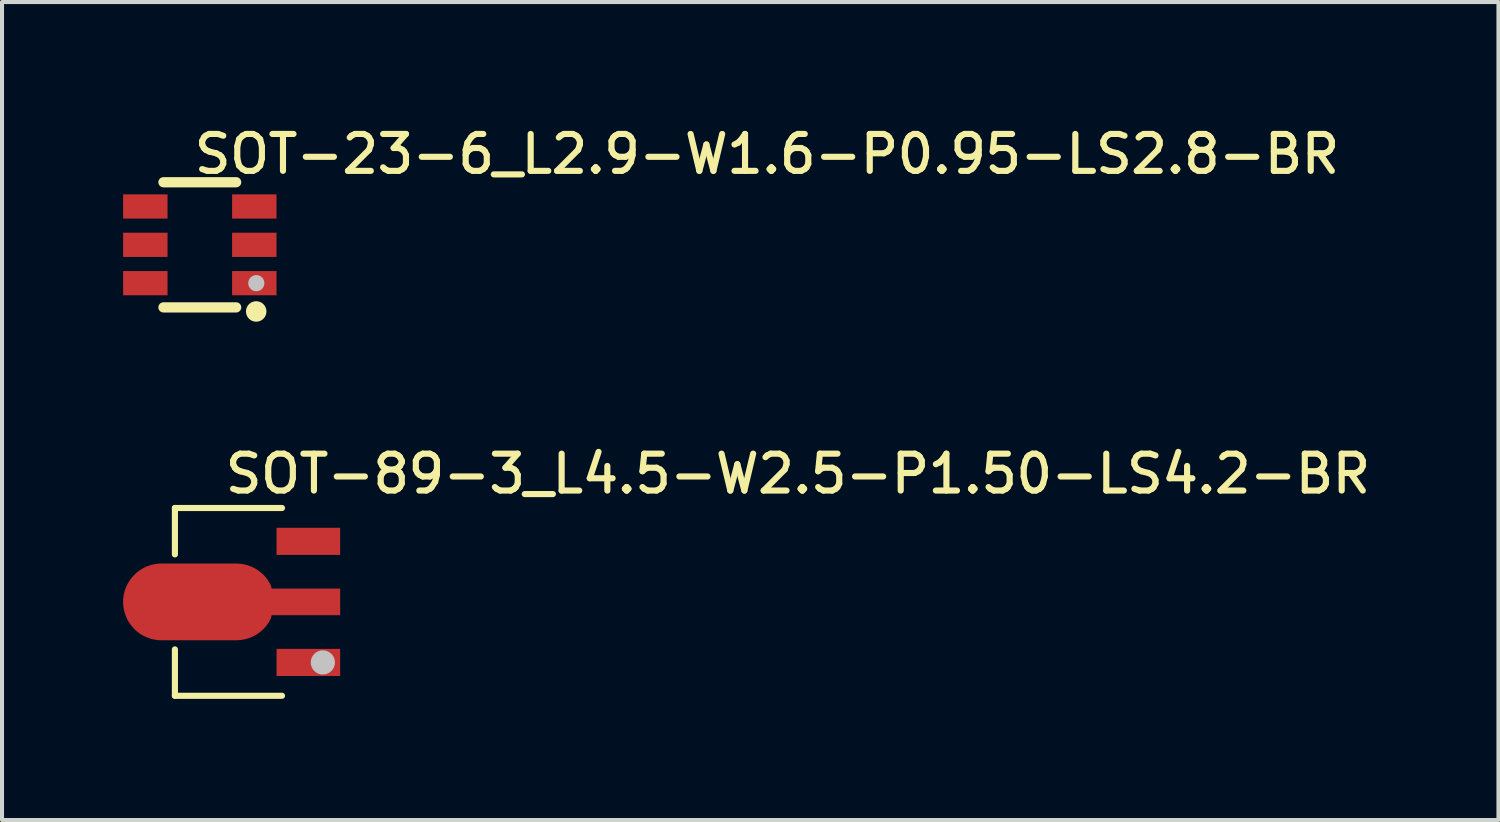
<source format=kicad_pcb>
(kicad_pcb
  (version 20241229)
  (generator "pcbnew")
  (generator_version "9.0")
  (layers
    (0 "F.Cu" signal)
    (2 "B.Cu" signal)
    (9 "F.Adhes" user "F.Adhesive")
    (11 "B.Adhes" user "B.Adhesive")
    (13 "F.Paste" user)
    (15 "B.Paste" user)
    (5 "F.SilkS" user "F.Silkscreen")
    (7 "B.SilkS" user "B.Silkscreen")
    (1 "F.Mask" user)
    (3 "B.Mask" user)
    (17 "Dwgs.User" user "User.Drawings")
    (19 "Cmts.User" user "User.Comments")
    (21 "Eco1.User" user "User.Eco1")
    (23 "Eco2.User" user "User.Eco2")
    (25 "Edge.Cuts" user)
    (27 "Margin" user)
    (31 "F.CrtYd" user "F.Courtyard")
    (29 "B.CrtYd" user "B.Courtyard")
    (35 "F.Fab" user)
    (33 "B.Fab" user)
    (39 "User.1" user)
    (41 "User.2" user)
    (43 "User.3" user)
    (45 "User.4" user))
  (footprint "SOT-23-6_L2.9-W1.6-P0.95-LS2.8-BR"
    (layer "F.Cu")
    (at 1.9 3.015)
    (property "Reference" "SOT-23-6_L2.9-W1.6-P0.95-LS2.8-BR" (at -0.216 -2.782 0) (layer "F.SilkS") (effects (font (size 0.914 0.914) (thickness 0.152)) (justify left top)))
    (fp_line (start -0.9 -1.55) (end 0.9 -1.55) (stroke (width 0.254) (type default)) (layer "F.SilkS"))
    (fp_line (start -0.9 1.55) (end 0.9 1.55) (stroke (width 0.254) (type default)) (layer "F.SilkS"))
    (fp_circle (center 1.397 1.651) (end 1.524 1.651) (stroke (width 0.254) (type default)) (fill no) (layer "F.SilkS"))
    (fp_circle (center 1.4 0.95) (end 1.5 0.95) (stroke (width 0.2) (type default)) (fill no) (layer "Dwgs.User"))
    (fp_circle (center 1.4 1.45) (end 1.43 1.45) (stroke (width 0.06) (type default)) (fill no) (layer "User.5"))
    (pad "1" smd rect (at 1.35 0.95) (size 1.1 0.6) (layers "F.Cu" "F.Mask" "F.Paste"))
    (pad "2" smd rect (at 1.35 0) (size 1.1 0.6) (layers "F.Cu" "F.Mask" "F.Paste"))
    (pad "3" smd rect (at 1.35 -0.95) (size 1.1 0.6) (layers "F.Cu" "F.Mask" "F.Paste"))
    (pad "4" smd rect (at -1.35 -0.95) (size 1.1 0.6) (layers "F.Cu" "F.Mask" "F.Paste"))
    (pad "5" smd rect (at -1.35 0) (size 1.1 0.6) (layers "F.Cu" "F.Mask" "F.Paste"))
    (pad "6" smd rect (at -1.35 0.95) (size 1.1 0.6) (layers "F.Cu" "F.Mask" "F.Paste"))
    (zone (net_name "") (layer "User.3") (hatch edge 0.5) (priority 100) (connect_pads yes) (min_thickness 0) (filled_areas_thickness no) (fill yes) (polygon (pts (xy 1.1 4.465) (xy 1.1 1.565) (xy 2.7 1.565) (xy 2.7 4.465))) (filled_polygon (layer "User.3") (island) (pts (xy 1.1 4.465) (xy 1.1 1.565) (xy 2.7 1.565) (xy 2.7 4.465))))
    (zone (net_name "") (layer "User.4") (hatch edge 0.5) (priority 100) (connect_pads) (min_thickness 0) (filled_areas_thickness no) (keepout (tracks allowed) (vias allowed) (pads allowed) (copperpour not_allowed) (footprints allowed)) (placement (enabled no)) (fill) (polygon (pts (xy 0.965 2.28) (xy 0.965 1.85) (xy 1.11 1.85) (xy 1.11 2.28))))
    (zone (net_name "") (layer "User.4") (hatch edge 0.5) (priority 100) (connect_pads) (min_thickness 0) (filled_areas_thickness no) (keepout (tracks allowed) (vias allowed) (pads allowed) (copperpour not_allowed) (footprints allowed)) (placement (enabled no)) (fill) (polygon (pts (xy 0.965 3.23) (xy 0.965 2.8) (xy 1.11 2.8) (xy 1.11 3.23))))
    (zone (net_name "") (layer "User.4") (hatch edge 0.5) (priority 100) (connect_pads) (min_thickness 0) (filled_areas_thickness no) (keepout (tracks allowed) (vias allowed) (pads allowed) (copperpour not_allowed) (footprints allowed)) (placement (enabled no)) (fill) (polygon (pts (xy 0.965 4.18) (xy 0.965 3.75) (xy 1.11 3.75) (xy 1.11 4.18))))
    (zone (net_name "") (layer "User.4") (hatch edge 0.5) (priority 100) (connect_pads yes) (min_thickness 0) (filled_areas_thickness no) (fill yes) (polygon (pts (xy 0.975 2.28) (xy 0.975 1.85) (xy 0.5 1.85) (xy 0.5 2.28))) (filled_polygon (layer "User.4") (island) (pts (xy 0.975 2.28) (xy 0.975 1.85) (xy 0.5 1.85) (xy 0.5 2.28))))
    (zone (net_name "") (layer "User.4") (hatch edge 0.5) (priority 100) (connect_pads yes) (min_thickness 0) (filled_areas_thickness no) (fill yes) (polygon (pts (xy 0.975 3.23) (xy 0.975 2.8) (xy 0.5 2.8) (xy 0.5 3.23))) (filled_polygon (layer "User.4") (island) (pts (xy 0.975 3.23) (xy 0.975 2.8) (xy 0.5 2.8) (xy 0.5 3.23))))
    (zone (net_name "") (layer "User.4") (hatch edge 0.5) (priority 100) (connect_pads yes) (min_thickness 0) (filled_areas_thickness no) (fill yes) (polygon (pts (xy 0.975 4.18) (xy 0.975 3.75) (xy 0.5 3.75) (xy 0.5 4.18))) (filled_polygon (layer "User.4") (island) (pts (xy 0.975 4.18) (xy 0.975 3.75) (xy 0.5 3.75) (xy 0.5 4.18))))
    (zone (net_name "") (layer "User.4") (hatch edge 0.5) (priority 100) (connect_pads yes) (min_thickness 0) (filled_areas_thickness no) (fill yes) (polygon (pts (xy 2.825 2.28) (xy 2.825 1.85) (xy 3.3 1.85) (xy 3.3 2.28))) (filled_polygon (layer "User.4") (island) (pts (xy 2.825 2.28) (xy 2.825 1.85) (xy 3.3 1.85) (xy 3.3 2.28))))
    (zone (net_name "") (layer "User.4") (hatch edge 0.5) (priority 100) (connect_pads yes) (min_thickness 0) (filled_areas_thickness no) (fill yes) (polygon (pts (xy 2.825 3.23) (xy 2.825 2.8) (xy 3.3 2.8) (xy 3.3 3.23))) (filled_polygon (layer "User.4") (island) (pts (xy 2.825 3.23) (xy 2.825 2.8) (xy 3.3 2.8) (xy 3.3 3.23))))
    (zone (net_name "") (layer "User.4") (hatch edge 0.5) (priority 100) (connect_pads yes) (min_thickness 0) (filled_areas_thickness no) (fill yes) (polygon (pts (xy 2.825 4.18) (xy 2.825 3.75) (xy 3.3 3.75) (xy 3.3 4.18))) (filled_polygon (layer "User.4") (island) (pts (xy 2.825 4.18) (xy 2.825 3.75) (xy 3.3 3.75) (xy 3.3 4.18))))
    (zone (net_name "") (layer "User.4") (hatch edge 0.5) (priority 100) (connect_pads) (min_thickness 0) (filled_areas_thickness no) (keepout (tracks allowed) (vias allowed) (pads allowed) (copperpour not_allowed) (footprints allowed)) (placement (enabled no)) (fill) (polygon (pts (xy 2.835 1.85) (xy 2.835 2.28) (xy 2.69 2.28) (xy 2.69 1.85))))
    (zone (net_name "") (layer "User.4") (hatch edge 0.5) (priority 100) (connect_pads) (min_thickness 0) (filled_areas_thickness no) (keepout (tracks allowed) (vias allowed) (pads allowed) (copperpour not_allowed) (footprints allowed)) (placement (enabled no)) (fill) (polygon (pts (xy 2.835 2.8) (xy 2.835 3.23) (xy 2.69 3.23) (xy 2.69 2.8))))
    (zone (net_name "") (layer "User.4") (hatch edge 0.5) (priority 100) (connect_pads) (min_thickness 0) (filled_areas_thickness no) (keepout (tracks allowed) (vias allowed) (pads allowed) (copperpour not_allowed) (footprints allowed)) (placement (enabled no)) (fill) (polygon (pts (xy 2.835 3.75) (xy 2.835 4.18) (xy 2.69 4.18) (xy 2.69 3.75)))))
  (footprint "SOT-89-3_L4.5-W2.5-P1.50-LS4.2-BR"
    (layer "F.Cu")
    (at 3.233 11.861)
    (property "Reference" "SOT-89-3_L4.5-W2.5-P1.50-LS4.2-BR" (at -0.782 -3.708 0) (layer "F.SilkS") (effects (font (size 0.914 0.914) (thickness 0.152)) (justify left top)))
    (fp_line (start -1.95 -2.326) (end -1.95 -1.177) (stroke (width 0.152) (type default)) (layer "F.SilkS"))
    (fp_line (start -1.95 2.326) (end -1.95 1.177) (stroke (width 0.152) (type default)) (layer "F.SilkS"))
    (fp_line (start 0.703 -2.326) (end -1.95 -2.326) (stroke (width 0.152) (type default)) (layer "F.SilkS"))
    (fp_line (start 0.703 2.326) (end -1.95 2.326) (stroke (width 0.152) (type default)) (layer "F.SilkS"))
    (fp_circle (center 1.715 1.5) (end 1.865 1.5) (stroke (width 0.3) (type default)) (fill no) (layer "Dwgs.User"))
    (fp_circle (center 1.724 2.25) (end 1.754 2.25) (stroke (width 0.06) (type default)) (fill no) (layer "User.5"))
    (pad "1" smd rect (at 1.356 1.5) (size 1.575 0.672) (layers "F.Cu" "F.Mask" "F.Paste"))
    (pad "2" smd custom (at -1.356 0.0001 90) (size 0.000001 0.000001) (layers "F.Cu" "F.Mask" "F.Paste") (options (anchor circle)) (primitives (gr_poly (pts (xy 0.95 -0.927) (xy 0.95 0.927) (xy 0.949 0.972) (xy 0.946 1.016) (xy 0.941 1.06) (xy 0.933 1.104) (xy 0.924 1.148) (xy 0.913 1.191) (xy 0.899 1.233) (xy 0.884 1.275) (xy 0.867 1.316) (xy 0.847 1.357) (xy 0.826 1.396) (xy 0.803 1.434) (xy 0.779 1.471) (xy 0.752 1.507) (xy 0.725 1.542) (xy 0.695 1.575) (xy 0.664 1.607) (xy 0.631 1.637) (xy 0.597 1.666) (xy 0.562 1.693) (xy 0.525 1.719) (xy 0.488 1.742) (xy 0.449 1.764) (xy 0.409 1.784) (xy 0.33 1.803) (xy 0.33 3.5) (xy -0.33 3.5) (xy -0.33 1.803) (xy -0.409 1.784) (xy -0.449 1.764) (xy -0.488 1.742) (xy -0.526 1.719) (xy -0.562 1.693) (xy -0.597 1.666) (xy -0.631 1.637) (xy -0.664 1.607) (xy -0.695 1.575) (xy -0.725 1.542) (xy -0.753 1.507) (xy -0.779 1.471) (xy -0.804 1.434) (xy -0.827 1.396) (xy -0.848 1.357) (xy -0.867 1.316) (xy -0.884 1.275) (xy -0.899 1.233) (xy -0.913 1.191) (xy -0.924 1.148) (xy -0.933 1.104) (xy -0.941 1.06) (xy -0.946 1.016) (xy -0.949 0.972) (xy -0.95 0.927) (xy -0.95 -0.927) (xy -0.949 -0.972) (xy -0.946 -1.016) (xy -0.941 -1.06) (xy -0.933 -1.104) (xy -0.924 -1.148) (xy -0.913 -1.191) (xy -0.899 -1.233) (xy -0.884 -1.275) (xy -0.867 -1.316) (xy -0.848 -1.356) (xy -0.827 -1.396) (xy -0.804 -1.434) (xy -0.779 -1.471) (xy -0.753 -1.507) (xy -0.725 -1.541) (xy -0.695 -1.575) (xy -0.664 -1.607) (xy -0.631 -1.637) (xy -0.597 -1.666) (xy -0.562 -1.693) (xy -0.526 -1.718) (xy -0.488 -1.742) (xy -0.449 -1.764) (xy -0.409 -1.784) (xy -0.369 -1.802) (xy -0.327 -1.819) (xy -0.285 -1.833) (xy -0.242 -1.846) (xy -0.199 -1.856) (xy -0.155 -1.864) (xy -0.111 -1.871) (xy -0.067 -1.875) (xy -0.022 -1.877) (xy 0.022 -1.877) (xy 0.067 -1.875) (xy 0.111 -1.871) (xy 0.155 -1.864) (xy 0.199 -1.856) (xy 0.242 -1.846) (xy 0.285 -1.833) (xy 0.327 -1.819) (xy 0.369 -1.802) (xy 0.409 -1.784) (xy 0.449 -1.764) (xy 0.488 -1.742) (xy 0.525 -1.718) (xy 0.562 -1.693) (xy 0.597 -1.666) (xy 0.631 -1.637) (xy 0.664 -1.607) (xy 0.695 -1.575) (xy 0.725 -1.541) (xy 0.752 -1.507) (xy 0.779 -1.471) (xy 0.803 -1.434) (xy 0.826 -1.396) (xy 0.847 -1.356) (xy 0.867 -1.316) (xy 0.884 -1.275) (xy 0.899 -1.233) (xy 0.913 -1.191) (xy 0.924 -1.148) (xy 0.933 -1.104) (xy 0.941 -1.06) (xy 0.946 -1.016) (xy 0.949 -0.972)) (width 0) (fill yes))))
    (pad "3" smd rect (at 1.356 -1.5) (size 1.575 0.672) (layers "F.Cu" "F.Mask" "F.Paste"))
    (zone (net_name "") (layer "User.3") (hatch edge 0.5) (priority 100) (connect_pads yes) (min_thickness 0) (filled_areas_thickness no) (fill yes) (polygon (pts (xy 1.359 14.111) (xy 1.359 9.611) (xy 3.859 9.611) (xy 3.859 14.111))) (filled_polygon (layer "User.3") (island) (pts (xy 1.359 14.111) (xy 1.359 9.611) (xy 3.859 9.611) (xy 3.859 14.111))))
    (zone (net_name "") (layer "User.4") (hatch edge 0.5) (priority 100) (connect_pads yes) (min_thickness 0) (filled_areas_thickness no) (fill yes) (polygon (pts (xy 3.857 10.111) (xy 4.957 10.111) (xy 4.957 10.611) (xy 3.857 10.611))) (filled_polygon (layer "User.4") (island) (pts (xy 3.857 10.111) (xy 4.957 10.111) (xy 4.957 10.611) (xy 3.857 10.611))))
    (zone (net_name "") (layer "User.4") (hatch edge 0.5) (priority 100) (connect_pads yes) (min_thickness 0) (filled_areas_thickness no) (fill yes) (polygon (pts (xy 3.857 13.111) (xy 4.957 13.111) (xy 4.957 13.611) (xy 3.857 13.611))) (filled_polygon (layer "User.4") (island) (pts (xy 3.857 13.111) (xy 4.957 13.111) (xy 4.957 13.611) (xy 3.857 13.611))))
    (zone (net_name "") (layer "User.4") (hatch edge 0.5) (priority 100) (connect_pads yes) (min_thickness 0) (filled_areas_thickness no) (fill yes) (polygon (pts (xy 3.672 12.121) (xy 4.957 12.121) (xy 4.957 11.601) (xy 3.672 11.601) (xy 3.097 10.999) (xy 1.233 10.999) (xy 0.762 11.574) (xy 0.762 12.149) (xy 1.233 12.724) (xy 3.097 12.724))) (filled_polygon (layer "User.4") (island) (pts (xy 3.672 12.121) (xy 4.957 12.121) (xy 4.957 11.601) (xy 3.672 11.601) (xy 3.097 10.999) (xy 1.233 10.999) (xy 0.762 11.574) (xy 0.762 12.149) (xy 1.233 12.724) (xy 3.097 12.724)))))
  (gr_rect
    (start -3 -3)
    (end 34.072 17.264)
    (stroke (width 0.1) (type default))
    (fill no)
    (layer "Edge.Cuts")))
</source>
